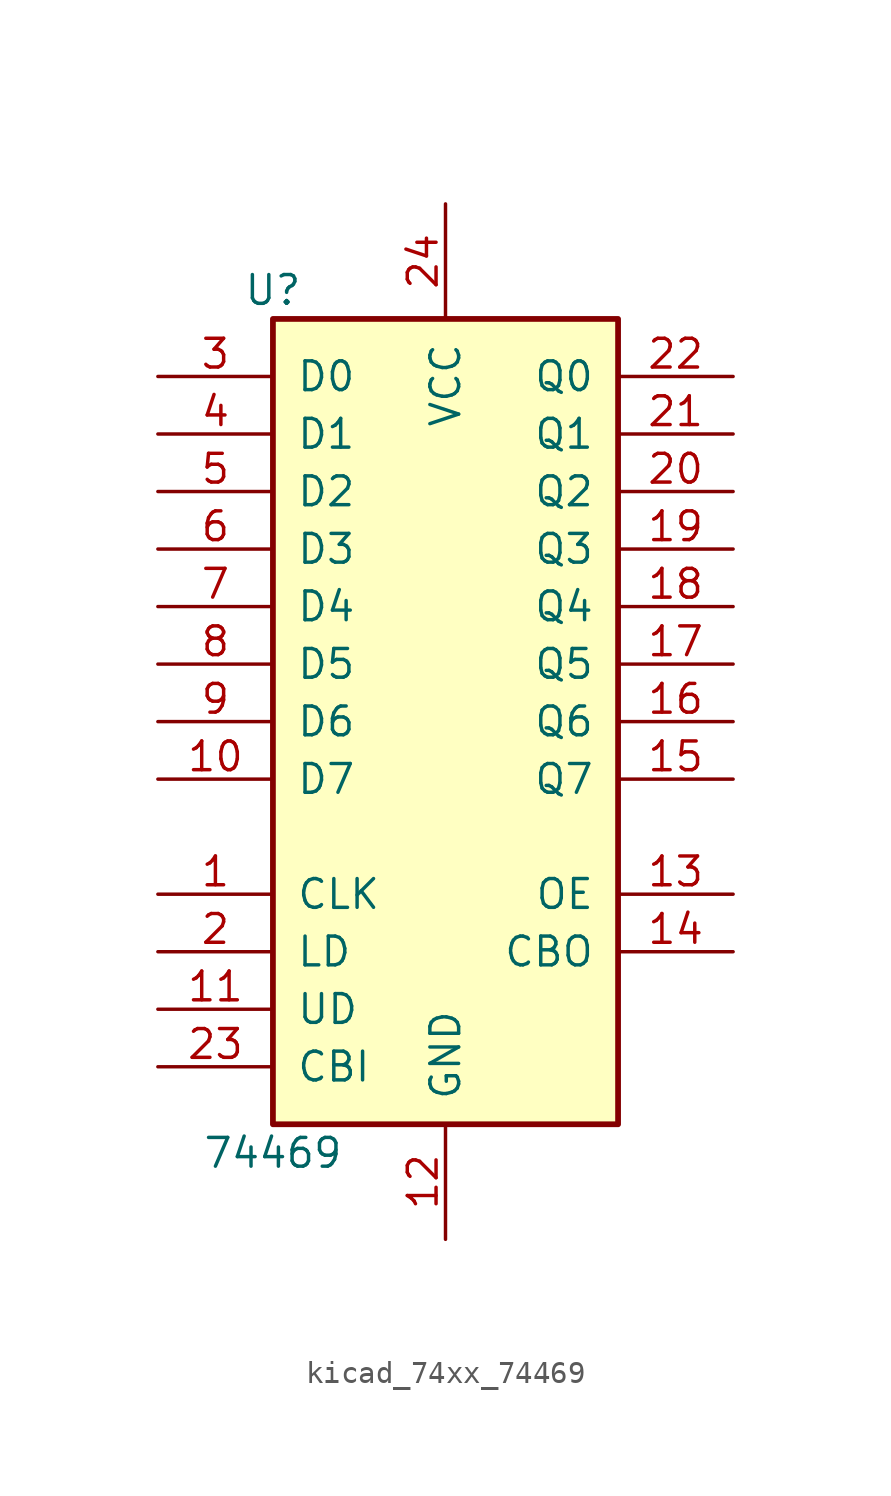
<source format=kicad_sym>
(kicad_symbol_lib
  (version 20220914)
  (generator kicad_symbol_editor)
  (symbol "kicad_74xx_74469"
    (pin_names
      (offset 1.016))
    (property "Reference" "U"
      (at -7.62 19.05 0)
      (effects (font (size 1.27 1.27))))
    (property "Value" "74469"
      (at -7.62 -19.05 0)
      (effects (font (size 1.27 1.27))))
    (property "ki_locked" ""
      (at 0 0 0)
      (effects (font (size 1.27 1.27))))
    (symbol "kicad_74xx_74469_1_0"
      (pin input line (at -12.7 -7.62 0) (length 5.08) (name "CLK" (effects (font (size 1.27 1.27)))) (number "1" (effects (font (size 1.27 1.27)))))
      (pin input line (at -12.7 -2.54 0) (length 5.08) (name "D7" (effects (font (size 1.27 1.27)))) (number "10" (effects (font (size 1.27 1.27)))))
      (pin input line (at -12.7 -12.7 0) (length 5.08) (name "UD" (effects (font (size 1.27 1.27)))) (number "11" (effects (font (size 1.27 1.27)))))
      (pin power_in line (at 0 -22.86 90) (length 5.08) (name "GND" (effects (font (size 1.27 1.27)))) (number "12" (effects (font (size 1.27 1.27)))))
      (pin input line (at 12.7 -7.62 180) (length 5.08) (name "OE" (effects (font (size 1.27 1.27)))) (number "13" (effects (font (size 1.27 1.27)))))
      (pin output line (at 12.7 -10.16 180) (length 5.08) (name "CBO" (effects (font (size 1.27 1.27)))) (number "14" (effects (font (size 1.27 1.27)))))
      (pin tri_state line (at 12.7 -2.54 180) (length 5.08) (name "Q7" (effects (font (size 1.27 1.27)))) (number "15" (effects (font (size 1.27 1.27)))))
      (pin tri_state line (at 12.7 0 180) (length 5.08) (name "Q6" (effects (font (size 1.27 1.27)))) (number "16" (effects (font (size 1.27 1.27)))))
      (pin tri_state line (at 12.7 2.54 180) (length 5.08) (name "Q5" (effects (font (size 1.27 1.27)))) (number "17" (effects (font (size 1.27 1.27)))))
      (pin tri_state line (at 12.7 5.08 180) (length 5.08) (name "Q4" (effects (font (size 1.27 1.27)))) (number "18" (effects (font (size 1.27 1.27)))))
      (pin tri_state line (at 12.7 7.62 180) (length 5.08) (name "Q3" (effects (font (size 1.27 1.27)))) (number "19" (effects (font (size 1.27 1.27)))))
      (pin input line (at -12.7 -10.16 0) (length 5.08) (name "LD" (effects (font (size 1.27 1.27)))) (number "2" (effects (font (size 1.27 1.27)))))
      (pin tri_state line (at 12.7 10.16 180) (length 5.08) (name "Q2" (effects (font (size 1.27 1.27)))) (number "20" (effects (font (size 1.27 1.27)))))
      (pin tri_state line (at 12.7 12.7 180) (length 5.08) (name "Q1" (effects (font (size 1.27 1.27)))) (number "21" (effects (font (size 1.27 1.27)))))
      (pin tri_state line (at 12.7 15.24 180) (length 5.08) (name "Q0" (effects (font (size 1.27 1.27)))) (number "22" (effects (font (size 1.27 1.27)))))
      (pin input line (at -12.7 -15.24 0) (length 5.08) (name "CBI" (effects (font (size 1.27 1.27)))) (number "23" (effects (font (size 1.27 1.27)))))
      (pin power_in line (at 0 22.86 270) (length 5.08) (name "VCC" (effects (font (size 1.27 1.27)))) (number "24" (effects (font (size 1.27 1.27)))))
      (pin input line (at -12.7 15.24 0) (length 5.08) (name "D0" (effects (font (size 1.27 1.27)))) (number "3" (effects (font (size 1.27 1.27)))))
      (pin input line (at -12.7 12.7 0) (length 5.08) (name "D1" (effects (font (size 1.27 1.27)))) (number "4" (effects (font (size 1.27 1.27)))))
      (pin input line (at -12.7 10.16 0) (length 5.08) (name "D2" (effects (font (size 1.27 1.27)))) (number "5" (effects (font (size 1.27 1.27)))))
      (pin input line (at -12.7 7.62 0) (length 5.08) (name "D3" (effects (font (size 1.27 1.27)))) (number "6" (effects (font (size 1.27 1.27)))))
      (pin input line (at -12.7 5.08 0) (length 5.08) (name "D4" (effects (font (size 1.27 1.27)))) (number "7" (effects (font (size 1.27 1.27)))))
      (pin input line (at -12.7 2.54 0) (length 5.08) (name "D5" (effects (font (size 1.27 1.27)))) (number "8" (effects (font (size 1.27 1.27)))))
      (pin input line (at -12.7 0 0) (length 5.08) (name "D6" (effects (font (size 1.27 1.27)))) (number "9" (effects (font (size 1.27 1.27))))))
    (symbol "kicad_74xx_74469_1_1"
      (rectangle (start -7.62 17.78) (end 7.62 -17.78) (stroke (width 0.254) (type default)) (fill (type background))))))
</source>
